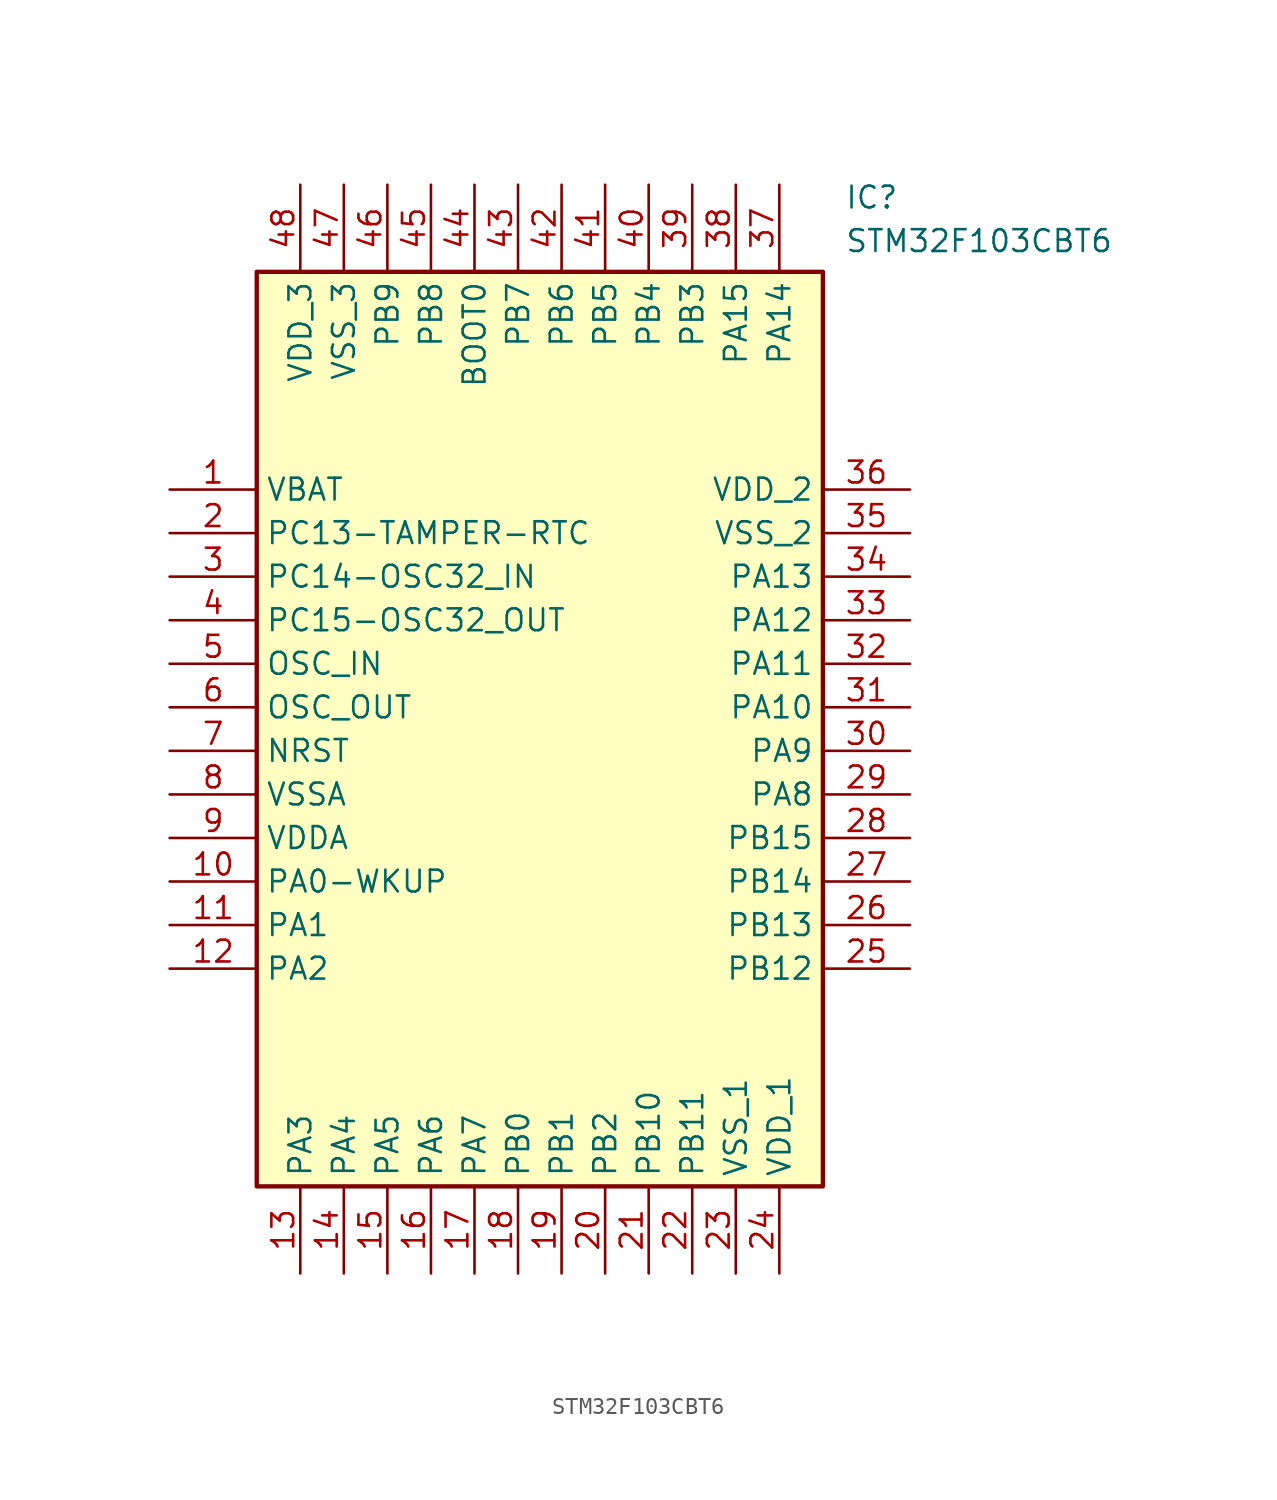
<source format=kicad_sym>
(kicad_symbol_lib
  (version 20241209)
  (generator "kicad_symbol_editor")
  (generator_version "9.0")
  (symbol "STM32F103CBT6"
    (property "Reference" "IC"
      (at 39.37 17.78 0)
      (effects (font (size 1.27 1.27)) (justify left top)))
    (property "Value" "STM32F103CBT6"
      (at 39.37 15.24 0)
      (effects (font (size 1.27 1.27)) (justify left top)))
    (symbol "STM32F103CBT6_1_1"
      (rectangle (start 5.08 12.7) (end 38.1 -40.64) (stroke (width 0.254) (type default)) (fill (type background)))
      (pin passive line (at 0 0 0) (length 5.08) (name "VBAT" (effects (font (size 1.27 1.27)))) (number "1" (effects (font (size 1.27 1.27)))))
      (pin passive line (at 0 -2.54 0) (length 5.08) (name "PC13-TAMPER-RTC" (effects (font (size 1.27 1.27)))) (number "2" (effects (font (size 1.27 1.27)))))
      (pin passive line (at 0 -5.08 0) (length 5.08) (name "PC14-OSC32_IN" (effects (font (size 1.27 1.27)))) (number "3" (effects (font (size 1.27 1.27)))))
      (pin passive line (at 0 -7.62 0) (length 5.08) (name "PC15-OSC32_OUT" (effects (font (size 1.27 1.27)))) (number "4" (effects (font (size 1.27 1.27)))))
      (pin passive line (at 0 -10.16 0) (length 5.08) (name "OSC_IN" (effects (font (size 1.27 1.27)))) (number "5" (effects (font (size 1.27 1.27)))))
      (pin passive line (at 0 -12.7 0) (length 5.08) (name "OSC_OUT" (effects (font (size 1.27 1.27)))) (number "6" (effects (font (size 1.27 1.27)))))
      (pin passive line (at 0 -15.24 0) (length 5.08) (name "NRST" (effects (font (size 1.27 1.27)))) (number "7" (effects (font (size 1.27 1.27)))))
      (pin passive line (at 0 -17.78 0) (length 5.08) (name "VSSA" (effects (font (size 1.27 1.27)))) (number "8" (effects (font (size 1.27 1.27)))))
      (pin passive line (at 0 -20.32 0) (length 5.08) (name "VDDA" (effects (font (size 1.27 1.27)))) (number "9" (effects (font (size 1.27 1.27)))))
      (pin passive line (at 0 -22.86 0) (length 5.08) (name "PA0-WKUP" (effects (font (size 1.27 1.27)))) (number "10" (effects (font (size 1.27 1.27)))))
      (pin passive line (at 0 -25.4 0) (length 5.08) (name "PA1" (effects (font (size 1.27 1.27)))) (number "11" (effects (font (size 1.27 1.27)))))
      (pin passive line (at 0 -27.94 0) (length 5.08) (name "PA2" (effects (font (size 1.27 1.27)))) (number "12" (effects (font (size 1.27 1.27)))))
      (pin passive line (at 7.62 17.78 270) (length 5.08) (name "VDD_3" (effects (font (size 1.27 1.27)))) (number "48" (effects (font (size 1.27 1.27)))))
      (pin passive line (at 7.62 -45.72 90) (length 5.08) (name "PA3" (effects (font (size 1.27 1.27)))) (number "13" (effects (font (size 1.27 1.27)))))
      (pin passive line (at 10.16 17.78 270) (length 5.08) (name "VSS_3" (effects (font (size 1.27 1.27)))) (number "47" (effects (font (size 1.27 1.27)))))
      (pin passive line (at 10.16 -45.72 90) (length 5.08) (name "PA4" (effects (font (size 1.27 1.27)))) (number "14" (effects (font (size 1.27 1.27)))))
      (pin passive line (at 12.7 17.78 270) (length 5.08) (name "PB9" (effects (font (size 1.27 1.27)))) (number "46" (effects (font (size 1.27 1.27)))))
      (pin passive line (at 12.7 -45.72 90) (length 5.08) (name "PA5" (effects (font (size 1.27 1.27)))) (number "15" (effects (font (size 1.27 1.27)))))
      (pin passive line (at 15.24 17.78 270) (length 5.08) (name "PB8" (effects (font (size 1.27 1.27)))) (number "45" (effects (font (size 1.27 1.27)))))
      (pin passive line (at 15.24 -45.72 90) (length 5.08) (name "PA6" (effects (font (size 1.27 1.27)))) (number "16" (effects (font (size 1.27 1.27)))))
      (pin passive line (at 17.78 17.78 270) (length 5.08) (name "BOOT0" (effects (font (size 1.27 1.27)))) (number "44" (effects (font (size 1.27 1.27)))))
      (pin passive line (at 17.78 -45.72 90) (length 5.08) (name "PA7" (effects (font (size 1.27 1.27)))) (number "17" (effects (font (size 1.27 1.27)))))
      (pin passive line (at 20.32 17.78 270) (length 5.08) (name "PB7" (effects (font (size 1.27 1.27)))) (number "43" (effects (font (size 1.27 1.27)))))
      (pin passive line (at 20.32 -45.72 90) (length 5.08) (name "PB0" (effects (font (size 1.27 1.27)))) (number "18" (effects (font (size 1.27 1.27)))))
      (pin passive line (at 22.86 17.78 270) (length 5.08) (name "PB6" (effects (font (size 1.27 1.27)))) (number "42" (effects (font (size 1.27 1.27)))))
      (pin passive line (at 22.86 -45.72 90) (length 5.08) (name "PB1" (effects (font (size 1.27 1.27)))) (number "19" (effects (font (size 1.27 1.27)))))
      (pin passive line (at 25.4 17.78 270) (length 5.08) (name "PB5" (effects (font (size 1.27 1.27)))) (number "41" (effects (font (size 1.27 1.27)))))
      (pin passive line (at 25.4 -45.72 90) (length 5.08) (name "PB2" (effects (font (size 1.27 1.27)))) (number "20" (effects (font (size 1.27 1.27)))))
      (pin passive line (at 27.94 17.78 270) (length 5.08) (name "PB4" (effects (font (size 1.27 1.27)))) (number "40" (effects (font (size 1.27 1.27)))))
      (pin passive line (at 27.94 -45.72 90) (length 5.08) (name "PB10" (effects (font (size 1.27 1.27)))) (number "21" (effects (font (size 1.27 1.27)))))
      (pin passive line (at 30.48 17.78 270) (length 5.08) (name "PB3" (effects (font (size 1.27 1.27)))) (number "39" (effects (font (size 1.27 1.27)))))
      (pin passive line (at 30.48 -45.72 90) (length 5.08) (name "PB11" (effects (font (size 1.27 1.27)))) (number "22" (effects (font (size 1.27 1.27)))))
      (pin passive line (at 33.02 17.78 270) (length 5.08) (name "PA15" (effects (font (size 1.27 1.27)))) (number "38" (effects (font (size 1.27 1.27)))))
      (pin passive line (at 33.02 -45.72 90) (length 5.08) (name "VSS_1" (effects (font (size 1.27 1.27)))) (number "23" (effects (font (size 1.27 1.27)))))
      (pin passive line (at 35.56 17.78 270) (length 5.08) (name "PA14" (effects (font (size 1.27 1.27)))) (number "37" (effects (font (size 1.27 1.27)))))
      (pin passive line (at 35.56 -45.72 90) (length 5.08) (name "VDD_1" (effects (font (size 1.27 1.27)))) (number "24" (effects (font (size 1.27 1.27)))))
      (pin passive line (at 43.18 0 180) (length 5.08) (name "VDD_2" (effects (font (size 1.27 1.27)))) (number "36" (effects (font (size 1.27 1.27)))))
      (pin passive line (at 43.18 -2.54 180) (length 5.08) (name "VSS_2" (effects (font (size 1.27 1.27)))) (number "35" (effects (font (size 1.27 1.27)))))
      (pin passive line (at 43.18 -5.08 180) (length 5.08) (name "PA13" (effects (font (size 1.27 1.27)))) (number "34" (effects (font (size 1.27 1.27)))))
      (pin passive line (at 43.18 -7.62 180) (length 5.08) (name "PA12" (effects (font (size 1.27 1.27)))) (number "33" (effects (font (size 1.27 1.27)))))
      (pin passive line (at 43.18 -10.16 180) (length 5.08) (name "PA11" (effects (font (size 1.27 1.27)))) (number "32" (effects (font (size 1.27 1.27)))))
      (pin passive line (at 43.18 -12.7 180) (length 5.08) (name "PA10" (effects (font (size 1.27 1.27)))) (number "31" (effects (font (size 1.27 1.27)))))
      (pin passive line (at 43.18 -15.24 180) (length 5.08) (name "PA9" (effects (font (size 1.27 1.27)))) (number "30" (effects (font (size 1.27 1.27)))))
      (pin passive line (at 43.18 -17.78 180) (length 5.08) (name "PA8" (effects (font (size 1.27 1.27)))) (number "29" (effects (font (size 1.27 1.27)))))
      (pin passive line (at 43.18 -20.32 180) (length 5.08) (name "PB15" (effects (font (size 1.27 1.27)))) (number "28" (effects (font (size 1.27 1.27)))))
      (pin passive line (at 43.18 -22.86 180) (length 5.08) (name "PB14" (effects (font (size 1.27 1.27)))) (number "27" (effects (font (size 1.27 1.27)))))
      (pin passive line (at 43.18 -25.4 180) (length 5.08) (name "PB13" (effects (font (size 1.27 1.27)))) (number "26" (effects (font (size 1.27 1.27)))))
      (pin passive line (at 43.18 -27.94 180) (length 5.08) (name "PB12" (effects (font (size 1.27 1.27)))) (number "25" (effects (font (size 1.27 1.27))))))))
</source>
